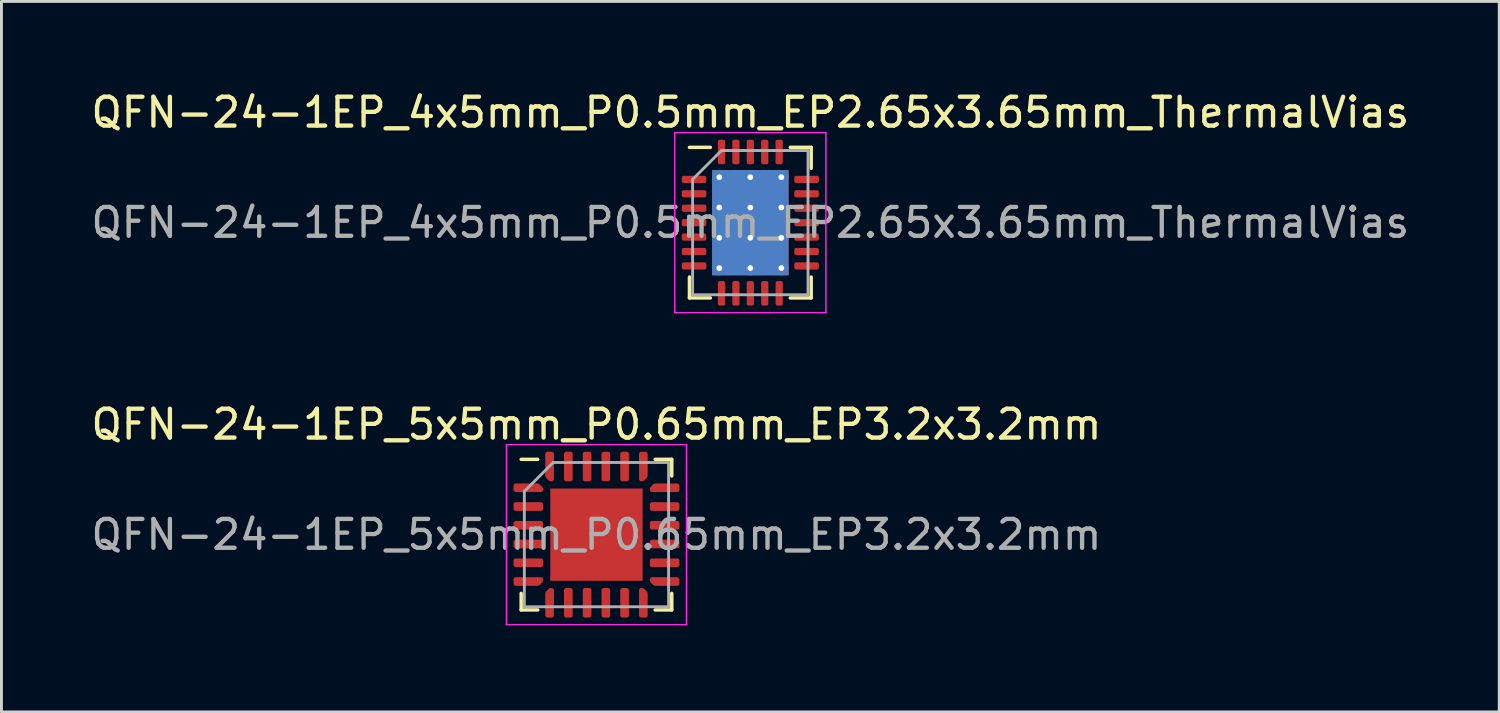
<source format=kicad_pcb>
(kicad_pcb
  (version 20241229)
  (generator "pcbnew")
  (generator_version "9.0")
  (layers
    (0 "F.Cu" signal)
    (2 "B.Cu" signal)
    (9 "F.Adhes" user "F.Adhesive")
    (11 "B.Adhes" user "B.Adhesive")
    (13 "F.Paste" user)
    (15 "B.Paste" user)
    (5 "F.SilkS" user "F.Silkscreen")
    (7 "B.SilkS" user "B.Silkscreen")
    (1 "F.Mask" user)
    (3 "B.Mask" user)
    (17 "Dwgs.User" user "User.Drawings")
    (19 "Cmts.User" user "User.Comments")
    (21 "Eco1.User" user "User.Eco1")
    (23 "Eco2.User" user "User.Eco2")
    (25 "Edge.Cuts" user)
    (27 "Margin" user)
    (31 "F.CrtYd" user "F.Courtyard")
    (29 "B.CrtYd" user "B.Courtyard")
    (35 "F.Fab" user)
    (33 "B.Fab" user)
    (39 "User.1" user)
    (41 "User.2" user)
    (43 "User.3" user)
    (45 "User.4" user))
  (footprint "QFN-24-1EP_5x5mm_P0.65mm_EP3.2x3.2mm"
    (layer "F.Cu")
    (at 17.625 15.482)
    (property "Reference" "QFN-24-1EP_5x5mm_P0.65mm_EP3.2x3.2mm" (at 0 -3.82 0) (layer "F.SilkS") (effects (font (size 1 1) (thickness 0.15))))
    (attr smd)
    (fp_line (start -2.61 2.61) (end -2.61 2.035) (stroke (width 0.12) (type solid)) (layer "F.SilkS"))
    (fp_line (start -2.035 -2.61) (end -2.61 -2.61) (stroke (width 0.12) (type solid)) (layer "F.SilkS"))
    (fp_line (start -2.035 2.61) (end -2.61 2.61) (stroke (width 0.12) (type solid)) (layer "F.SilkS"))
    (fp_line (start 2.035 -2.61) (end 2.61 -2.61) (stroke (width 0.12) (type solid)) (layer "F.SilkS"))
    (fp_line (start 2.035 2.61) (end 2.61 2.61) (stroke (width 0.12) (type solid)) (layer "F.SilkS"))
    (fp_line (start 2.61 -2.61) (end 2.61 -2.035) (stroke (width 0.12) (type solid)) (layer "F.SilkS"))
    (fp_line (start 2.61 2.61) (end 2.61 2.035) (stroke (width 0.12) (type solid)) (layer "F.SilkS"))
    (fp_line (start -3.12 -3.12) (end -3.12 3.12) (stroke (width 0.05) (type solid)) (layer "F.CrtYd"))
    (fp_line (start -3.12 3.12) (end 3.12 3.12) (stroke (width 0.05) (type solid)) (layer "F.CrtYd"))
    (fp_line (start 3.12 -3.12) (end -3.12 -3.12) (stroke (width 0.05) (type solid)) (layer "F.CrtYd"))
    (fp_line (start 3.12 3.12) (end 3.12 -3.12) (stroke (width 0.05) (type solid)) (layer "F.CrtYd"))
    (fp_line (start -2.5 -1.5) (end -1.5 -2.5) (stroke (width 0.1) (type solid)) (layer "F.Fab"))
    (fp_line (start -2.5 2.5) (end -2.5 -1.5) (stroke (width 0.1) (type solid)) (layer "F.Fab"))
    (fp_line (start -1.5 -2.5) (end 2.5 -2.5) (stroke (width 0.1) (type solid)) (layer "F.Fab"))
    (fp_line (start 2.5 -2.5) (end 2.5 2.5) (stroke (width 0.1) (type solid)) (layer "F.Fab"))
    (fp_line (start 2.5 2.5) (end -2.5 2.5) (stroke (width 0.1) (type solid)) (layer "F.Fab"))
    (fp_text user "${REFERENCE}" (at 0 0 0) (layer "F.Fab") (effects (font (size 1 1) (thickness 0.15))))
    (pad "" smd roundrect (at -0.8 -0.8) (size 1.29 1.29) (layers "F.Paste") (roundrect_rratio 0.194))
    (pad "" smd roundrect (at -0.8 0.8) (size 1.29 1.29) (layers "F.Paste") (roundrect_rratio 0.194))
    (pad "" smd roundrect (at 0.8 -0.8) (size 1.29 1.29) (layers "F.Paste") (roundrect_rratio 0.194))
    (pad "" smd roundrect (at 0.8 0.8) (size 1.29 1.29) (layers "F.Paste") (roundrect_rratio 0.194))
    (pad "1" smd custom (at -2.362 -1.625) (size 0.194 0.194) (layers "F.Cu" "F.Mask" "F.Paste") (options (anchor circle)) (primitives (gr_poly (pts (xy -0.438 -0.075) (xy 0.331 -0.075) (xy 0.438 0.031) (xy 0.438 0.075) (xy -0.438 0.075)) (width 0.15) (fill yes))))
    (pad "2" smd roundrect (at -2.362 -0.975) (size 1.025 0.3) (layers "F.Cu" "F.Mask" "F.Paste") (roundrect_rratio 0.25))
    (pad "3" smd roundrect (at -2.362 -0.325) (size 1.025 0.3) (layers "F.Cu" "F.Mask" "F.Paste") (roundrect_rratio 0.25))
    (pad "4" smd roundrect (at -2.362 0.325) (size 1.025 0.3) (layers "F.Cu" "F.Mask" "F.Paste") (roundrect_rratio 0.25))
    (pad "5" smd roundrect (at -2.362 0.975) (size 1.025 0.3) (layers "F.Cu" "F.Mask" "F.Paste") (roundrect_rratio 0.25))
    (pad "6" smd custom (at -2.362 1.625) (size 0.194 0.194) (layers "F.Cu" "F.Mask" "F.Paste") (options (anchor circle)) (primitives (gr_poly (pts (xy -0.438 -0.075) (xy 0.438 -0.075) (xy 0.438 -0.031) (xy 0.331 0.075) (xy -0.438 0.075)) (width 0.15) (fill yes))))
    (pad "7" smd custom (at -1.625 2.362) (size 0.194 0.194) (layers "F.Cu" "F.Mask" "F.Paste") (options (anchor circle)) (primitives (gr_poly (pts (xy -0.075 -0.331) (xy 0.031 -0.438) (xy 0.075 -0.438) (xy 0.075 0.438) (xy -0.075 0.438)) (width 0.15) (fill yes))))
    (pad "8" smd roundrect (at -0.975 2.362) (size 0.3 1.025) (layers "F.Cu" "F.Mask" "F.Paste") (roundrect_rratio 0.25))
    (pad "9" smd roundrect (at -0.325 2.362) (size 0.3 1.025) (layers "F.Cu" "F.Mask" "F.Paste") (roundrect_rratio 0.25))
    (pad "10" smd roundrect (at 0.325 2.362) (size 0.3 1.025) (layers "F.Cu" "F.Mask" "F.Paste") (roundrect_rratio 0.25))
    (pad "11" smd roundrect (at 0.975 2.362) (size 0.3 1.025) (layers "F.Cu" "F.Mask" "F.Paste") (roundrect_rratio 0.25))
    (pad "12" smd custom (at 1.625 2.362) (size 0.194 0.194) (layers "F.Cu" "F.Mask" "F.Paste") (options (anchor circle)) (primitives (gr_poly (pts (xy -0.075 -0.438) (xy -0.031 -0.438) (xy 0.075 -0.331) (xy 0.075 0.438) (xy -0.075 0.438)) (width 0.15) (fill yes))))
    (pad "13" smd custom (at 2.362 1.625) (size 0.194 0.194) (layers "F.Cu" "F.Mask" "F.Paste") (options (anchor circle)) (primitives (gr_poly (pts (xy -0.438 -0.075) (xy 0.438 -0.075) (xy 0.438 0.075) (xy -0.331 0.075) (xy -0.438 -0.031)) (width 0.15) (fill yes))))
    (pad "14" smd roundrect (at 2.362 0.975) (size 1.025 0.3) (layers "F.Cu" "F.Mask" "F.Paste") (roundrect_rratio 0.25))
    (pad "15" smd roundrect (at 2.362 0.325) (size 1.025 0.3) (layers "F.Cu" "F.Mask" "F.Paste") (roundrect_rratio 0.25))
    (pad "16" smd roundrect (at 2.362 -0.325) (size 1.025 0.3) (layers "F.Cu" "F.Mask" "F.Paste") (roundrect_rratio 0.25))
    (pad "17" smd roundrect (at 2.362 -0.975) (size 1.025 0.3) (layers "F.Cu" "F.Mask" "F.Paste") (roundrect_rratio 0.25))
    (pad "18" smd custom (at 2.362 -1.625) (size 0.194 0.194) (layers "F.Cu" "F.Mask" "F.Paste") (options (anchor circle)) (primitives (gr_poly (pts (xy -0.438 0.031) (xy -0.331 -0.075) (xy 0.438 -0.075) (xy 0.438 0.075) (xy -0.438 0.075)) (width 0.15) (fill yes))))
    (pad "19" smd custom (at 1.625 -2.362) (size 0.194 0.194) (layers "F.Cu" "F.Mask" "F.Paste") (options (anchor circle)) (primitives (gr_poly (pts (xy -0.075 -0.438) (xy 0.075 -0.438) (xy 0.075 0.331) (xy -0.031 0.438) (xy -0.075 0.438)) (width 0.15) (fill yes))))
    (pad "20" smd roundrect (at 0.975 -2.362) (size 0.3 1.025) (layers "F.Cu" "F.Mask" "F.Paste") (roundrect_rratio 0.25))
    (pad "21" smd roundrect (at 0.325 -2.362) (size 0.3 1.025) (layers "F.Cu" "F.Mask" "F.Paste") (roundrect_rratio 0.25))
    (pad "22" smd roundrect (at -0.325 -2.362) (size 0.3 1.025) (layers "F.Cu" "F.Mask" "F.Paste") (roundrect_rratio 0.25))
    (pad "23" smd roundrect (at -0.975 -2.362) (size 0.3 1.025) (layers "F.Cu" "F.Mask" "F.Paste") (roundrect_rratio 0.25))
    (pad "24" smd custom (at -1.625 -2.362) (size 0.194 0.194) (layers "F.Cu" "F.Mask" "F.Paste") (options (anchor circle)) (primitives (gr_poly (pts (xy -0.075 -0.438) (xy 0.075 -0.438) (xy 0.075 0.438) (xy 0.031 0.438) (xy -0.075 0.331)) (width 0.15) (fill yes))))
    (pad "25" smd rect (at 0 0) (size 3.2 3.2) (layers "F.Cu" "F.Mask")))
  (footprint "QFN-24-1EP_4x5mm_P0.5mm_EP2.65x3.65mm_ThermalVias"
    (layer "F.Cu")
    (at 22.958 4.668)
    (property "Reference" "QFN-24-1EP_4x5mm_P0.5mm_EP2.65x3.65mm_ThermalVias" (at 0 -3.82 0) (layer "F.SilkS") (effects (font (size 1 1) (thickness 0.15))))
    (attr smd)
    (fp_line (start -2.11 2.61) (end -2.11 1.885) (stroke (width 0.12) (type solid)) (layer "F.SilkS"))
    (fp_line (start -1.385 -2.61) (end -2.11 -2.61) (stroke (width 0.12) (type solid)) (layer "F.SilkS"))
    (fp_line (start -1.385 2.61) (end -2.11 2.61) (stroke (width 0.12) (type solid)) (layer "F.SilkS"))
    (fp_line (start 1.385 -2.61) (end 2.11 -2.61) (stroke (width 0.12) (type solid)) (layer "F.SilkS"))
    (fp_line (start 1.385 2.61) (end 2.11 2.61) (stroke (width 0.12) (type solid)) (layer "F.SilkS"))
    (fp_line (start 2.11 -2.61) (end 2.11 -1.885) (stroke (width 0.12) (type solid)) (layer "F.SilkS"))
    (fp_line (start 2.11 2.61) (end 2.11 1.885) (stroke (width 0.12) (type solid)) (layer "F.SilkS"))
    (fp_line (start -2.62 -3.12) (end -2.62 3.12) (stroke (width 0.05) (type solid)) (layer "F.CrtYd"))
    (fp_line (start -2.62 3.12) (end 2.62 3.12) (stroke (width 0.05) (type solid)) (layer "F.CrtYd"))
    (fp_line (start 2.62 -3.12) (end -2.62 -3.12) (stroke (width 0.05) (type solid)) (layer "F.CrtYd"))
    (fp_line (start 2.62 3.12) (end 2.62 -3.12) (stroke (width 0.05) (type solid)) (layer "F.CrtYd"))
    (fp_line (start -2 -1.5) (end -1 -2.5) (stroke (width 0.1) (type solid)) (layer "F.Fab"))
    (fp_line (start -2 2.5) (end -2 -1.5) (stroke (width 0.1) (type solid)) (layer "F.Fab"))
    (fp_line (start -1 -2.5) (end 2 -2.5) (stroke (width 0.1) (type solid)) (layer "F.Fab"))
    (fp_line (start 2 -2.5) (end 2 2.5) (stroke (width 0.1) (type solid)) (layer "F.Fab"))
    (fp_line (start 2 2.5) (end -2 2.5) (stroke (width 0.1) (type solid)) (layer "F.Fab"))
    (fp_text user "${REFERENCE}" (at 0 0 0) (layer "F.Fab") (effects (font (size 1 1) (thickness 0.15))))
    (pad "" smd roundrect (at -0.66 -1.22) (size 1.15 1.05) (layers "F.Paste") (roundrect_rratio 0.238))
    (pad "" smd roundrect (at -0.66 0) (size 1.15 1.05) (layers "F.Paste") (roundrect_rratio 0.238))
    (pad "" smd roundrect (at -0.66 1.22) (size 1.15 1.05) (layers "F.Paste") (roundrect_rratio 0.238))
    (pad "" smd roundrect (at 0.66 -1.22) (size 1.15 1.05) (layers "F.Paste") (roundrect_rratio 0.238))
    (pad "" smd roundrect (at 0.66 0) (size 1.15 1.05) (layers "F.Paste") (roundrect_rratio 0.238))
    (pad "" smd roundrect (at 0.66 1.22) (size 1.15 1.05) (layers "F.Paste") (roundrect_rratio 0.238))
    (pad "1" smd roundrect (at -1.95 -1.5) (size 0.85 0.25) (layers "F.Cu" "F.Mask" "F.Paste") (roundrect_rratio 0.25))
    (pad "2" smd roundrect (at -1.95 -1) (size 0.85 0.25) (layers "F.Cu" "F.Mask" "F.Paste") (roundrect_rratio 0.25))
    (pad "3" smd roundrect (at -1.95 -0.5) (size 0.85 0.25) (layers "F.Cu" "F.Mask" "F.Paste") (roundrect_rratio 0.25))
    (pad "4" smd roundrect (at -1.95 0) (size 0.85 0.25) (layers "F.Cu" "F.Mask" "F.Paste") (roundrect_rratio 0.25))
    (pad "5" smd roundrect (at -1.95 0.5) (size 0.85 0.25) (layers "F.Cu" "F.Mask" "F.Paste") (roundrect_rratio 0.25))
    (pad "6" smd roundrect (at -1.95 1) (size 0.85 0.25) (layers "F.Cu" "F.Mask" "F.Paste") (roundrect_rratio 0.25))
    (pad "7" smd roundrect (at -1.95 1.5) (size 0.85 0.25) (layers "F.Cu" "F.Mask" "F.Paste") (roundrect_rratio 0.25))
    (pad "8" smd roundrect (at -1 2.45) (size 0.25 0.85) (layers "F.Cu" "F.Mask" "F.Paste") (roundrect_rratio 0.25))
    (pad "9" smd roundrect (at -0.5 2.45) (size 0.25 0.85) (layers "F.Cu" "F.Mask" "F.Paste") (roundrect_rratio 0.25))
    (pad "10" smd roundrect (at 0 2.45) (size 0.25 0.85) (layers "F.Cu" "F.Mask" "F.Paste") (roundrect_rratio 0.25))
    (pad "11" smd roundrect (at 0.5 2.45) (size 0.25 0.85) (layers "F.Cu" "F.Mask" "F.Paste") (roundrect_rratio 0.25))
    (pad "12" smd roundrect (at 1 2.45) (size 0.25 0.85) (layers "F.Cu" "F.Mask" "F.Paste") (roundrect_rratio 0.25))
    (pad "13" smd roundrect (at 1.95 1.5) (size 0.85 0.25) (layers "F.Cu" "F.Mask" "F.Paste") (roundrect_rratio 0.25))
    (pad "14" smd roundrect (at 1.95 1) (size 0.85 0.25) (layers "F.Cu" "F.Mask" "F.Paste") (roundrect_rratio 0.25))
    (pad "15" smd roundrect (at 1.95 0.5) (size 0.85 0.25) (layers "F.Cu" "F.Mask" "F.Paste") (roundrect_rratio 0.25))
    (pad "16" smd roundrect (at 1.95 0) (size 0.85 0.25) (layers "F.Cu" "F.Mask" "F.Paste") (roundrect_rratio 0.25))
    (pad "17" smd roundrect (at 1.95 -0.5) (size 0.85 0.25) (layers "F.Cu" "F.Mask" "F.Paste") (roundrect_rratio 0.25))
    (pad "18" smd roundrect (at 1.95 -1) (size 0.85 0.25) (layers "F.Cu" "F.Mask" "F.Paste") (roundrect_rratio 0.25))
    (pad "19" smd roundrect (at 1.95 -1.5) (size 0.85 0.25) (layers "F.Cu" "F.Mask" "F.Paste") (roundrect_rratio 0.25))
    (pad "20" smd roundrect (at 1 -2.45) (size 0.25 0.85) (layers "F.Cu" "F.Mask" "F.Paste") (roundrect_rratio 0.25))
    (pad "21" smd roundrect (at 0.5 -2.45) (size 0.25 0.85) (layers "F.Cu" "F.Mask" "F.Paste") (roundrect_rratio 0.25))
    (pad "22" smd roundrect (at 0 -2.45) (size 0.25 0.85) (layers "F.Cu" "F.Mask" "F.Paste") (roundrect_rratio 0.25))
    (pad "23" smd roundrect (at -0.5 -2.45) (size 0.25 0.85) (layers "F.Cu" "F.Mask" "F.Paste") (roundrect_rratio 0.25))
    (pad "24" smd roundrect (at -1 -2.45) (size 0.25 0.85) (layers "F.Cu" "F.Mask" "F.Paste") (roundrect_rratio 0.25))
    (pad "25" thru_hole circle (at -1.075 -1.575) (size 0.5 0.5) (drill 0.2) (layers "*.Cu"))
    (pad "25" thru_hole circle (at -1.075 -0.525) (size 0.5 0.5) (drill 0.2) (layers "*.Cu"))
    (pad "25" thru_hole circle (at -1.075 0.525) (size 0.5 0.5) (drill 0.2) (layers "*.Cu"))
    (pad "25" thru_hole circle (at -1.075 1.575) (size 0.5 0.5) (drill 0.2) (layers "*.Cu"))
    (pad "25" thru_hole circle (at 0 -1.575) (size 0.5 0.5) (drill 0.2) (layers "*.Cu"))
    (pad "25" thru_hole circle (at 0 -0.525) (size 0.5 0.5) (drill 0.2) (layers "*.Cu"))
    (pad "25" smd rect (at 0 0) (size 2.65 3.65) (layers "F.Cu" "F.Mask"))
    (pad "25" smd rect (at 0 0) (size 2.65 3.65) (layers "B.Cu"))
    (pad "25" thru_hole circle (at 0 0.525) (size 0.5 0.5) (drill 0.2) (layers "*.Cu"))
    (pad "25" thru_hole circle (at 0 1.575) (size 0.5 0.5) (drill 0.2) (layers "*.Cu"))
    (pad "25" thru_hole circle (at 1.075 -1.575) (size 0.5 0.5) (drill 0.2) (layers "*.Cu"))
    (pad "25" thru_hole circle (at 1.075 -0.525) (size 0.5 0.5) (drill 0.2) (layers "*.Cu"))
    (pad "25" thru_hole circle (at 1.075 0.525) (size 0.5 0.5) (drill 0.2) (layers "*.Cu"))
    (pad "25" thru_hole circle (at 1.075 1.575) (size 0.5 0.5) (drill 0.2) (layers "*.Cu")))
  (gr_rect
    (start -3 -3)
    (end 48.917 21.627)
    (stroke (width 0.1) (type default))
    (fill no)
    (layer "Edge.Cuts")))
</source>
